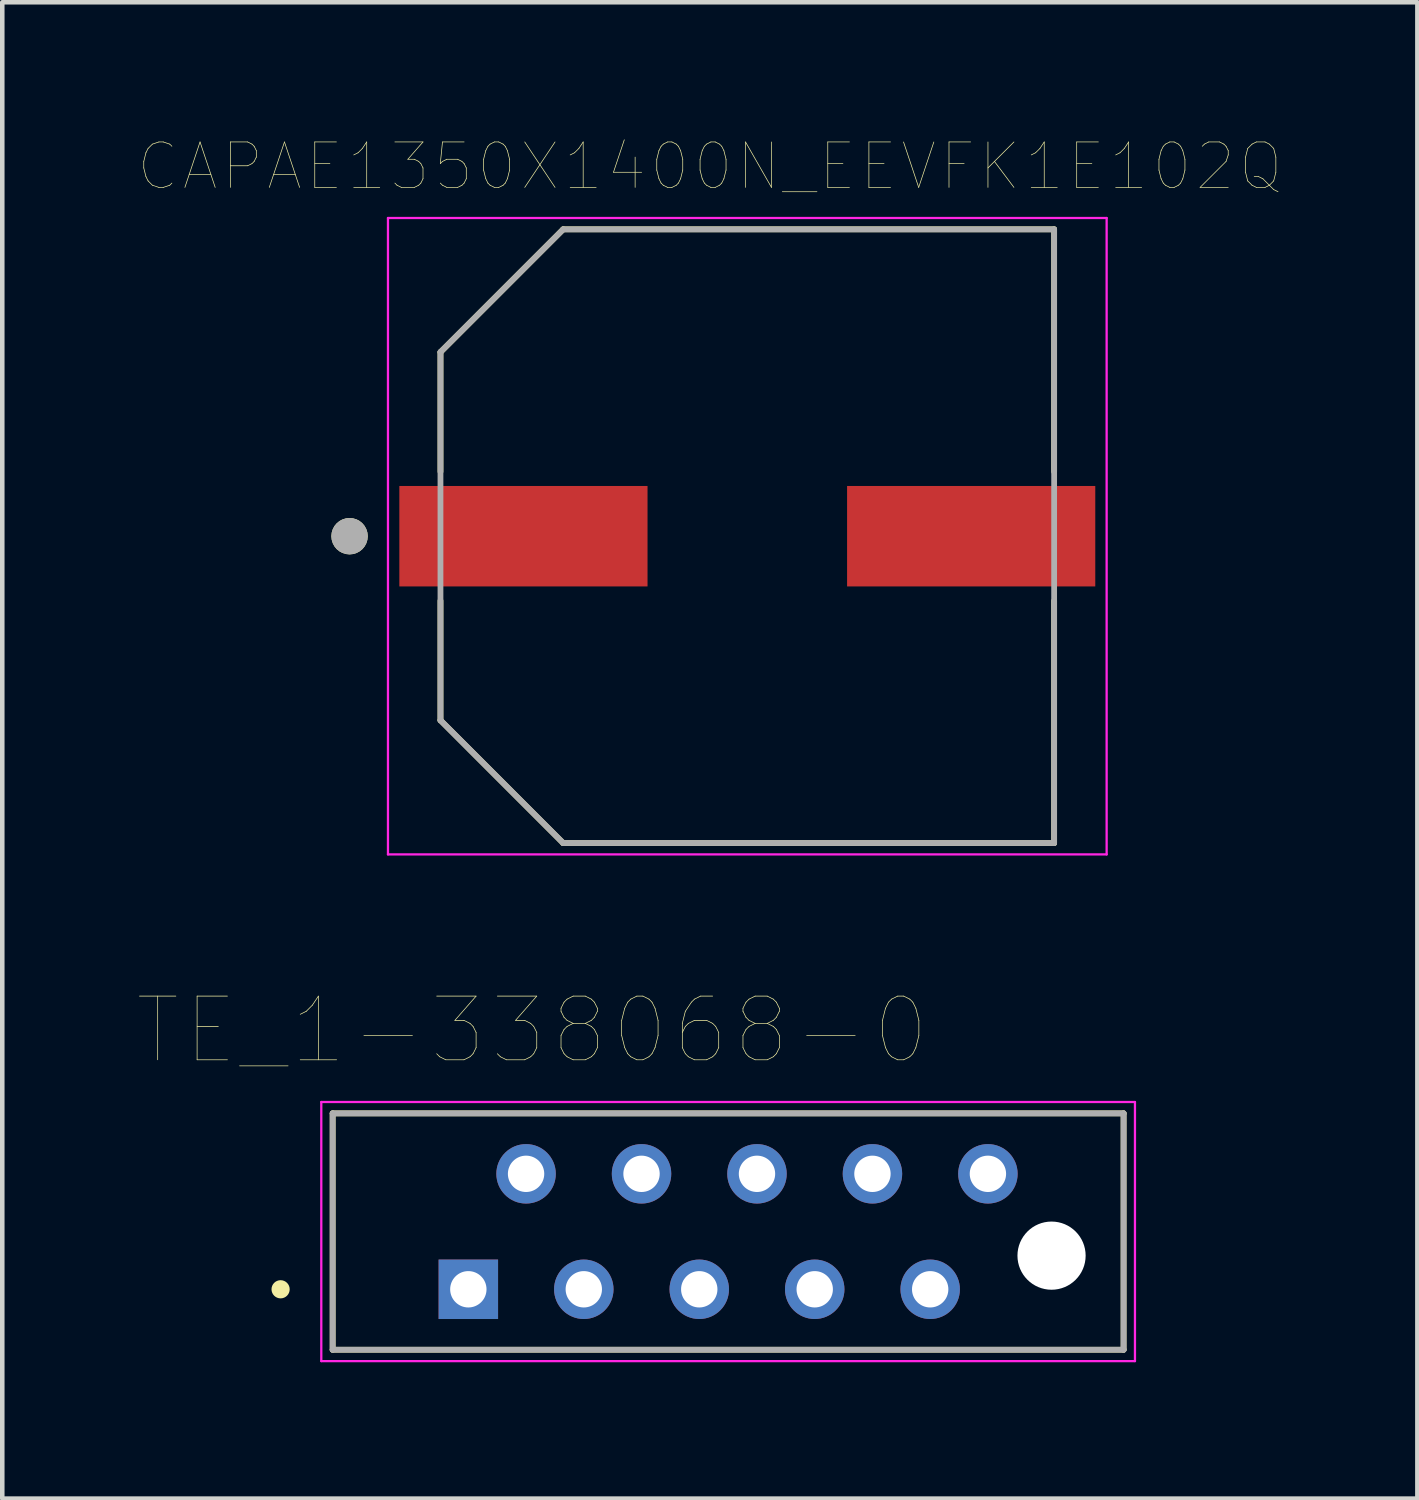
<source format=kicad_pcb>
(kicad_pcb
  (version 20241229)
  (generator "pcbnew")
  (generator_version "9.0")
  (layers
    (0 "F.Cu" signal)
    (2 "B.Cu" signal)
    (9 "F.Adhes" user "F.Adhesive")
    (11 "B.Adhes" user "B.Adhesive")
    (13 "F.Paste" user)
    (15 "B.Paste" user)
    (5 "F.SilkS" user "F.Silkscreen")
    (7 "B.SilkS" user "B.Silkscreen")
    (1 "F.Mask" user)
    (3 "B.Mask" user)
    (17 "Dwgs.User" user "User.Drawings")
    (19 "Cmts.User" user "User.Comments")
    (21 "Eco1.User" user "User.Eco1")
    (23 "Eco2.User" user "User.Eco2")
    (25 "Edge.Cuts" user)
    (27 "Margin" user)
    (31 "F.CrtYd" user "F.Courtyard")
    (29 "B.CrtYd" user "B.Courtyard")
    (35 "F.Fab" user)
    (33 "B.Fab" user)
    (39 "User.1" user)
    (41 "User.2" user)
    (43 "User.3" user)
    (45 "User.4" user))
  (footprint "TE_1-338068-0"
    (layer "F.Cu")
    (at 7.253 25.313)
    (property "Reference" "TE_1-338068-0" (at 1.405 -5.696 0) (layer "F.SilkS") (effects (font (size 1.401 1.401) (thickness 0.015))))
    (attr through_hole)
    (fp_line (start -2.985 -3.87) (end 14.415 -3.87) (stroke (width 0.127) (type solid)) (layer "F.SilkS"))
    (fp_line (start -2.985 1.33) (end -2.985 -3.87) (stroke (width 0.127) (type solid)) (layer "F.SilkS"))
    (fp_line (start 14.415 -3.87) (end 14.415 1.33) (stroke (width 0.127) (type solid)) (layer "F.SilkS"))
    (fp_line (start 14.415 1.33) (end -2.985 1.33) (stroke (width 0.127) (type solid)) (layer "F.SilkS"))
    (fp_circle (center -4.13 0) (end -4.03 0) (stroke (width 0.2) (type solid)) (fill no) (layer "F.SilkS"))
    (fp_line (start -3.235 -4.12) (end -3.235 1.58) (stroke (width 0.05) (type solid)) (layer "F.CrtYd"))
    (fp_line (start -3.235 1.58) (end 14.665 1.58) (stroke (width 0.05) (type solid)) (layer "F.CrtYd"))
    (fp_line (start 14.665 -4.12) (end -3.235 -4.12) (stroke (width 0.05) (type solid)) (layer "F.CrtYd"))
    (fp_line (start 14.665 1.58) (end 14.665 -4.12) (stroke (width 0.05) (type solid)) (layer "F.CrtYd"))
    (fp_line (start -2.985 -3.87) (end -2.985 1.33) (stroke (width 0.127) (type solid)) (layer "F.Fab"))
    (fp_line (start -2.985 1.33) (end 14.415 1.33) (stroke (width 0.127) (type solid)) (layer "F.Fab"))
    (fp_line (start 14.415 -3.87) (end -2.985 -3.87) (stroke (width 0.127) (type solid)) (layer "F.Fab"))
    (fp_line (start 14.415 1.33) (end 14.415 -3.87) (stroke (width 0.127) (type solid)) (layer "F.Fab"))
    (pad "" np_thru_hole circle (at 12.83 -0.74) (size 1.5 1.5) (drill 1.5) (layers "*.Cu" "*.Mask"))
    (pad "1" thru_hole rect (at 0 0) (size 1.308 1.308) (drill 0.8) (layers "*.Cu" "*.Mask"))
    (pad "2" thru_hole circle (at 1.27 -2.54) (size 1.308 1.308) (drill 0.8) (layers "*.Cu" "*.Mask"))
    (pad "3" thru_hole circle (at 2.54 0) (size 1.308 1.308) (drill 0.8) (layers "*.Cu" "*.Mask"))
    (pad "4" thru_hole circle (at 3.81 -2.54) (size 1.308 1.308) (drill 0.8) (layers "*.Cu" "*.Mask"))
    (pad "5" thru_hole circle (at 5.08 0) (size 1.308 1.308) (drill 0.8) (layers "*.Cu" "*.Mask"))
    (pad "6" thru_hole circle (at 6.35 -2.54) (size 1.308 1.308) (drill 0.8) (layers "*.Cu" "*.Mask"))
    (pad "7" thru_hole circle (at 7.62 0) (size 1.308 1.308) (drill 0.8) (layers "*.Cu" "*.Mask"))
    (pad "8" thru_hole circle (at 8.89 -2.54) (size 1.308 1.308) (drill 0.8) (layers "*.Cu" "*.Mask"))
    (pad "9" thru_hole circle (at 10.16 0) (size 1.308 1.308) (drill 0.8) (layers "*.Cu" "*.Mask"))
    (pad "10" thru_hole circle (at 11.43 -2.54) (size 1.308 1.308) (drill 0.8) (layers "*.Cu" "*.Mask")))
  (footprint "CAPAE1350X1400N_EEVFK1E102Q"
    (layer "F.Cu")
    (at 13.39 8.746)
    (property "Reference" "CAPAE1350X1400N_EEVFK1E102Q" (at -0.825 -8.135 0) (layer "F.SilkS") (effects (font (size 1 1) (thickness 0.015))))
    (attr through_hole)
    (fp_line (start -6.75 -4.05) (end -4.05 -6.752) (stroke (width 0.127) (type solid)) (layer "F.SilkS"))
    (fp_line (start -6.75 -1.42) (end -6.75 -4.05) (stroke (width 0.127) (type solid)) (layer "F.SilkS"))
    (fp_line (start -6.75 4.05) (end -6.75 1.42) (stroke (width 0.127) (type solid)) (layer "F.SilkS"))
    (fp_line (start -4.05 -6.752) (end 6.75 -6.752) (stroke (width 0.127) (type solid)) (layer "F.SilkS"))
    (fp_line (start -4.05 6.752) (end -6.75 4.05) (stroke (width 0.127) (type solid)) (layer "F.SilkS"))
    (fp_line (start 6.75 -6.752) (end 6.75 -1.42) (stroke (width 0.127) (type solid)) (layer "F.SilkS"))
    (fp_line (start 6.75 1.42) (end 6.75 6.752) (stroke (width 0.127) (type solid)) (layer "F.SilkS"))
    (fp_line (start 6.75 6.752) (end -4.05 6.752) (stroke (width 0.127) (type solid)) (layer "F.SilkS"))
    (fp_circle (center -8.75 0) (end -8.55 0) (stroke (width 0.4) (type solid)) (fill no) (layer "F.SilkS"))
    (fp_line (start -7.905 -7) (end 7.905 -7) (stroke (width 0.05) (type solid)) (layer "F.CrtYd"))
    (fp_line (start -7.905 7) (end -7.905 -7) (stroke (width 0.05) (type solid)) (layer "F.CrtYd"))
    (fp_line (start 7.905 -7) (end 7.905 7) (stroke (width 0.05) (type solid)) (layer "F.CrtYd"))
    (fp_line (start 7.905 7) (end -7.905 7) (stroke (width 0.05) (type solid)) (layer "F.CrtYd"))
    (fp_line (start -6.75 -4.05) (end -6.75 4.05) (stroke (width 0.127) (type solid)) (layer "F.Fab"))
    (fp_line (start -6.75 4.05) (end -4.05 6.75) (stroke (width 0.127) (type solid)) (layer "F.Fab"))
    (fp_line (start -4.05 -6.75) (end -6.75 -4.05) (stroke (width 0.127) (type solid)) (layer "F.Fab"))
    (fp_line (start -4.05 6.75) (end 6.75 6.75) (stroke (width 0.127) (type solid)) (layer "F.Fab"))
    (fp_line (start 6.75 -6.75) (end -4.05 -6.75) (stroke (width 0.127) (type solid)) (layer "F.Fab"))
    (fp_line (start 6.75 6.75) (end 6.75 -6.75) (stroke (width 0.127) (type solid)) (layer "F.Fab"))
    (fp_circle (center -8.75 0) (end -8.55 0) (stroke (width 0.4) (type solid)) (fill no) (layer "F.Fab"))
    (pad "1" smd rect (at -4.925 0) (size 5.46 2.21) (layers "F.Cu" "F.Mask" "F.Paste"))
    (pad "2" smd rect (at 4.925 0) (size 5.46 2.21) (layers "F.Cu" "F.Mask" "F.Paste")))
  (gr_rect
    (start -3 -3)
    (end 28.131 29.918)
    (stroke (width 0.1) (type default))
    (fill no)
    (layer "Edge.Cuts")))
</source>
